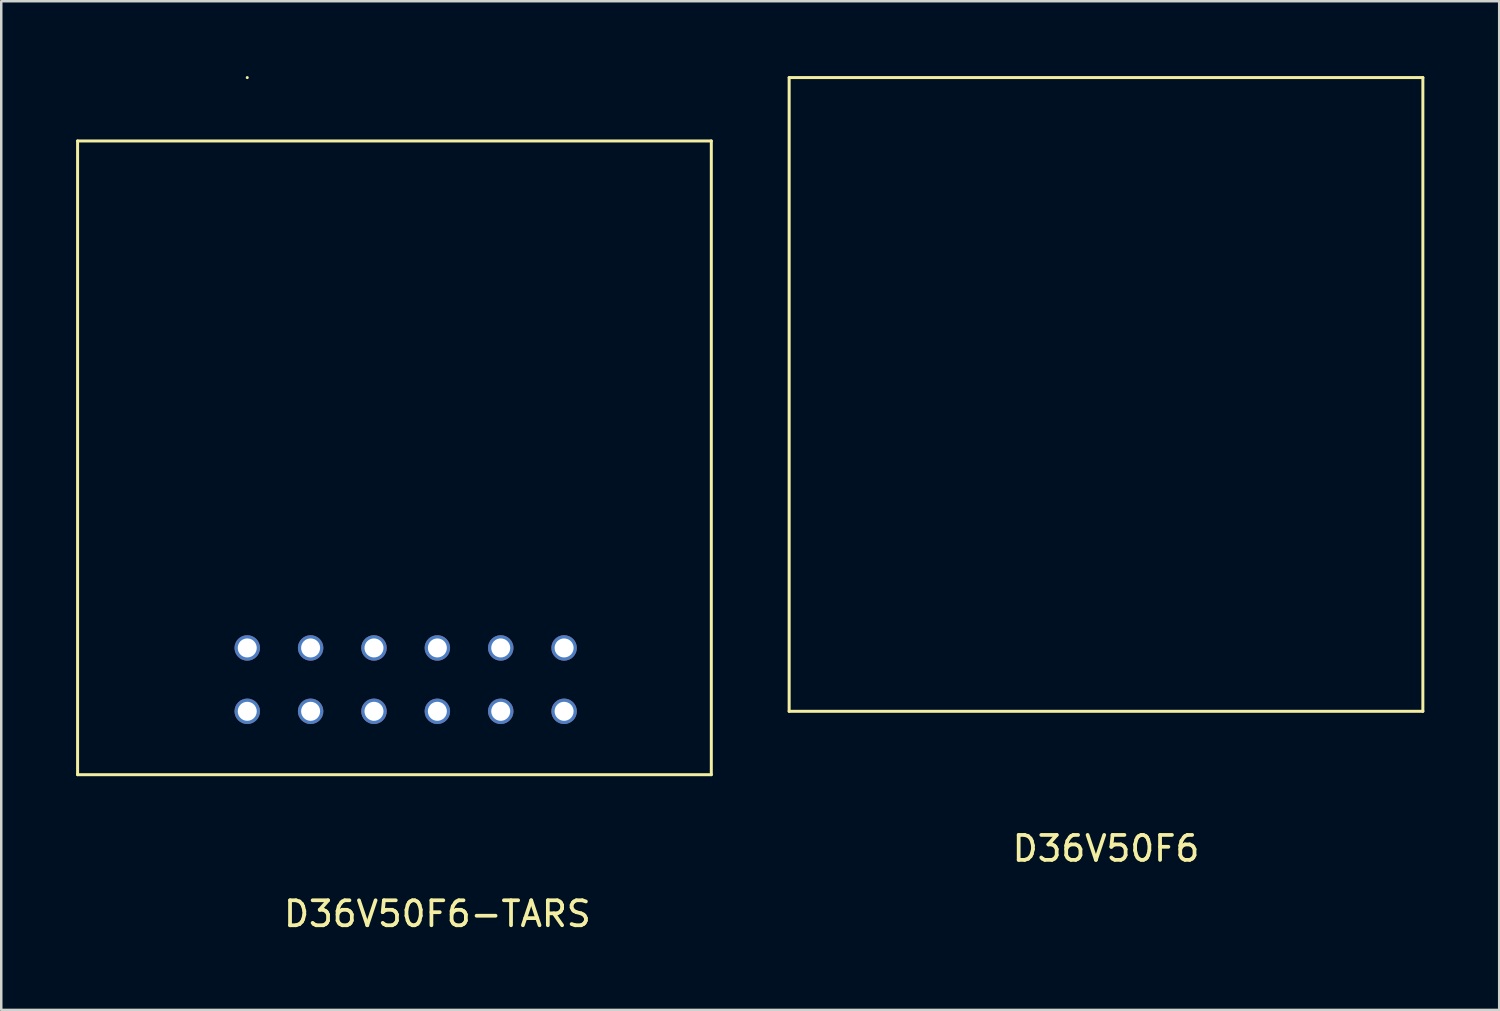
<source format=kicad_pcb>
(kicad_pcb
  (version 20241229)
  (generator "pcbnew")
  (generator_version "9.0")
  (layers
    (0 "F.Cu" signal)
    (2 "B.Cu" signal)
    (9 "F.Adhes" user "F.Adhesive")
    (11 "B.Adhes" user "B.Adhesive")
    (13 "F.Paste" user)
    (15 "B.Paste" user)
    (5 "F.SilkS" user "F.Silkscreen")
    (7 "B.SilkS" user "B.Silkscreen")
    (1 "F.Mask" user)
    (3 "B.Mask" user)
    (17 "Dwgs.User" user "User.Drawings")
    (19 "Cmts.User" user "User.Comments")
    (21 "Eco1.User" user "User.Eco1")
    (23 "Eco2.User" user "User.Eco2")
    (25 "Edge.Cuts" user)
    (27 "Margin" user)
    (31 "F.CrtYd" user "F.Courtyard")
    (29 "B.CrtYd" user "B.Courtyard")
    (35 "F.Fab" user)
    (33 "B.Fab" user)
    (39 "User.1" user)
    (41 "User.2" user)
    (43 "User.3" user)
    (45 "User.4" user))
  (footprint "D36V50F6"
    (layer "F.Cu")
    (at 41.28 30.46)
    (property "Reference" "D36V50F6" (at 0 0.5 0) (layer "F.SilkS") (effects (font (size 1 1) (thickness 0.15))))
    (attr through_hole)
    (fp_line (start -12.7 -30.4) (end -12.7 -5) (stroke (width 0.12) (type solid)) (layer "F.SilkS"))
    (fp_line (start -12.7 -30.4) (end 12.7 -30.4) (stroke (width 0.12) (type solid)) (layer "F.SilkS"))
    (fp_line (start -12.7 -5) (end 12.7 -5) (stroke (width 0.12) (type solid)) (layer "F.SilkS"))
    (fp_line (start 12.7 -30.4) (end 12.7 -5) (stroke (width 0.12) (type solid)) (layer "F.SilkS")))
  (footprint "D36V50F6-TARS"
    (layer "F.Cu")
    (at 14.48 33.08)
    (property "Reference" "D36V50F6-TARS" (at 0 0.5 0) (layer "F.SilkS") (effects (font (size 1 1) (thickness 0.15))))
    (attr through_hole)
    (fp_line (start -14.42 -30.48) (end -14.42 -5.08) (stroke (width 0.12) (type solid)) (layer "F.SilkS"))
    (fp_line (start -14.42 -30.48) (end 10.98 -30.48) (stroke (width 0.12) (type solid)) (layer "F.SilkS"))
    (fp_line (start -14.42 -5.08) (end 10.98 -5.08) (stroke (width 0.12) (type solid)) (layer "F.SilkS"))
    (fp_line (start -7.62 -33.02) (end -7.62 -33.02) (stroke (width 0.12) (type solid)) (layer "F.SilkS"))
    (fp_line (start 10.98 -30.48) (end 10.98 -5.08) (stroke (width 0.12) (type solid)) (layer "F.SilkS"))
    (pad "20" thru_hole circle (at -7.62 -10.16) (size 1.02 1.02) (drill 0.762) (layers "*.Cu" "*.Mask"))
    (pad "21" thru_hole circle (at -5.08 -10.16) (size 1.02 1.02) (drill 0.762) (layers "*.Cu" "*.Mask"))
    (pad "22" thru_hole circle (at -2.54 -10.16) (size 1.02 1.02) (drill 0.762) (layers "*.Cu" "*.Mask"))
    (pad "23" thru_hole circle (at 0 -10.16) (size 1.02 1.02) (drill 0.762) (layers "*.Cu" "*.Mask"))
    (pad "24" thru_hole circle (at 2.54 -10.16) (size 1.02 1.02) (drill 0.762) (layers "*.Cu" "*.Mask"))
    (pad "25" thru_hole circle (at 5.08 -10.16) (size 1.02 1.02) (drill 0.762) (layers "*.Cu" "*.Mask"))
    (pad "26" thru_hole circle (at -7.62 -7.62) (size 1.02 1.02) (drill 0.762) (layers "*.Cu" "*.Mask"))
    (pad "27" thru_hole circle (at -5.08 -7.62) (size 1.02 1.02) (drill 0.762) (layers "*.Cu" "*.Mask"))
    (pad "28" thru_hole circle (at -2.54 -7.62) (size 1.02 1.02) (drill 0.762) (layers "*.Cu" "*.Mask"))
    (pad "29" thru_hole circle (at 0 -7.62) (size 1.02 1.02) (drill 0.762) (layers "*.Cu" "*.Mask"))
    (pad "30" thru_hole circle (at 2.54 -7.62) (size 1.02 1.02) (drill 0.762) (layers "*.Cu" "*.Mask"))
    (pad "31" thru_hole circle (at 5.08 -7.62) (size 1.02 1.02) (drill 0.762) (layers "*.Cu" "*.Mask")))
  (gr_rect
    (start -3 -3)
    (end 57.04 37.428)
    (stroke (width 0.1) (type default))
    (fill no)
    (layer "Edge.Cuts")))
</source>
